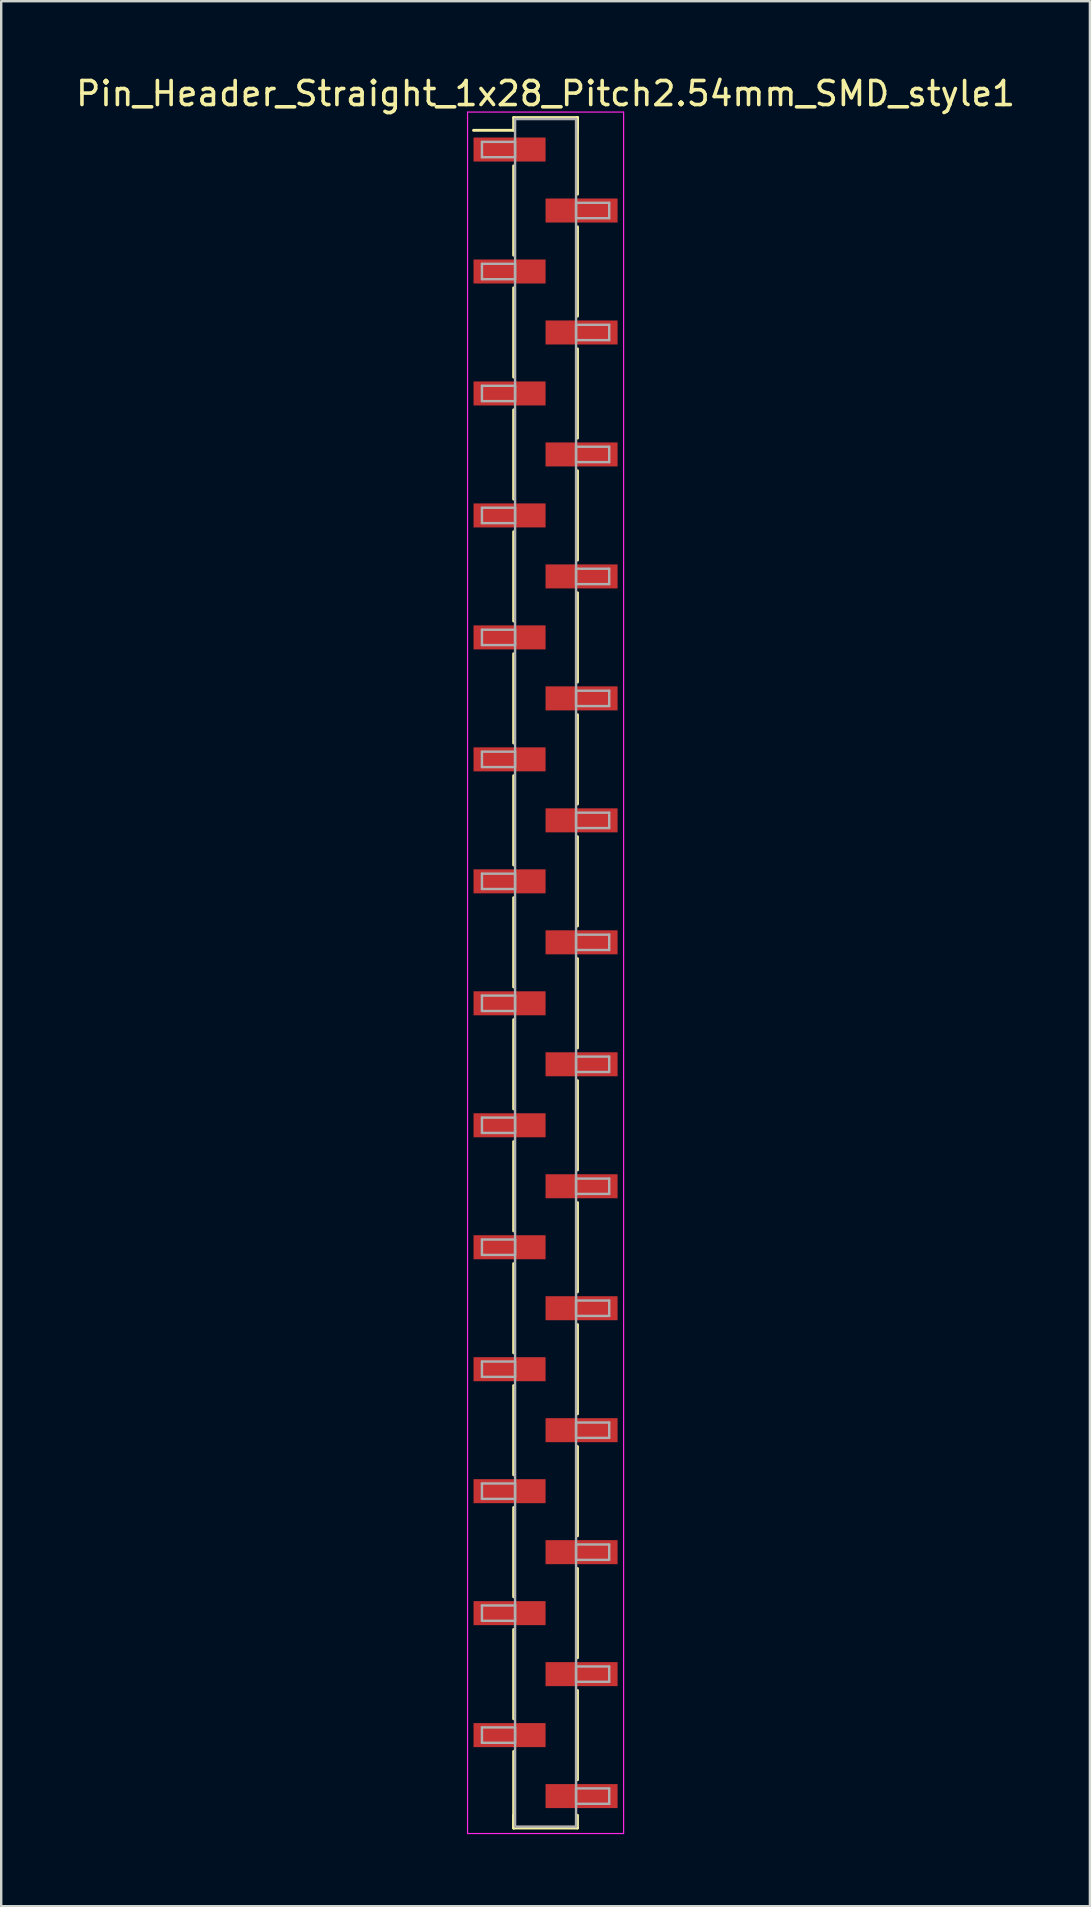
<source format=kicad_pcb>
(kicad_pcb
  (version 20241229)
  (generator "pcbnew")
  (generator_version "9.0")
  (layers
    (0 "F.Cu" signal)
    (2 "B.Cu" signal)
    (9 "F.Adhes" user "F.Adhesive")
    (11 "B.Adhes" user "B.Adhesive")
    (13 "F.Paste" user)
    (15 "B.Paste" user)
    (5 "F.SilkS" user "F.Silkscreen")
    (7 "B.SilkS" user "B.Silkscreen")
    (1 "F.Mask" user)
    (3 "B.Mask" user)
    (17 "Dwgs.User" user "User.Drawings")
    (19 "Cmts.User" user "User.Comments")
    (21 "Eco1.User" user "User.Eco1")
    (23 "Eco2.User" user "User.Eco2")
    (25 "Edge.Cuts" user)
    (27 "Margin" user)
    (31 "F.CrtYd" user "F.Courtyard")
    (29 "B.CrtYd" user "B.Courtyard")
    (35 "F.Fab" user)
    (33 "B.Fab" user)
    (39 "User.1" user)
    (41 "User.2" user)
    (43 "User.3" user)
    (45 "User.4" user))
  (footprint "Pin_Header_Straight_1x28_Pitch2.54mm_SMD_style1"
    (layer "F.Cu")
    (at 19.673 37.468)
    (property "Reference" "Pin_Header_Straight_1x28_Pitch2.54mm_SMD_style1" (at 0 -36.62 0) (layer "F.SilkS") (effects (font (size 1 1) (thickness 0.15))))
    (attr smd)
    (fp_line (start -1.33 -35.62) (end 1.33 -35.62) (stroke (width 0.12) (type solid)) (layer "F.SilkS"))
    (fp_line (start -1.33 -35.09) (end -3 -35.09) (stroke (width 0.12) (type solid)) (layer "F.SilkS"))
    (fp_line (start -1.33 -35.09) (end -1.33 -35.62) (stroke (width 0.12) (type solid)) (layer "F.SilkS"))
    (fp_line (start -1.33 -33.61) (end -1.33 -29.89) (stroke (width 0.12) (type solid)) (layer "F.SilkS"))
    (fp_line (start -1.33 -28.53) (end -1.33 -24.81) (stroke (width 0.12) (type solid)) (layer "F.SilkS"))
    (fp_line (start -1.33 -23.45) (end -1.33 -19.73) (stroke (width 0.12) (type solid)) (layer "F.SilkS"))
    (fp_line (start -1.33 -18.37) (end -1.33 -14.65) (stroke (width 0.12) (type solid)) (layer "F.SilkS"))
    (fp_line (start -1.33 -13.29) (end -1.33 -9.57) (stroke (width 0.12) (type solid)) (layer "F.SilkS"))
    (fp_line (start -1.33 -8.21) (end -1.33 -4.49) (stroke (width 0.12) (type solid)) (layer "F.SilkS"))
    (fp_line (start -1.33 -3.13) (end -1.33 0.59) (stroke (width 0.12) (type solid)) (layer "F.SilkS"))
    (fp_line (start -1.33 1.95) (end -1.33 5.67) (stroke (width 0.12) (type solid)) (layer "F.SilkS"))
    (fp_line (start -1.33 7.03) (end -1.33 10.75) (stroke (width 0.12) (type solid)) (layer "F.SilkS"))
    (fp_line (start -1.33 12.11) (end -1.33 15.83) (stroke (width 0.12) (type solid)) (layer "F.SilkS"))
    (fp_line (start -1.33 17.19) (end -1.33 20.91) (stroke (width 0.12) (type solid)) (layer "F.SilkS"))
    (fp_line (start -1.33 22.27) (end -1.33 25.99) (stroke (width 0.12) (type solid)) (layer "F.SilkS"))
    (fp_line (start -1.33 27.35) (end -1.33 31.07) (stroke (width 0.12) (type solid)) (layer "F.SilkS"))
    (fp_line (start -1.33 32.43) (end -1.33 35.62) (stroke (width 0.12) (type solid)) (layer "F.SilkS"))
    (fp_line (start -1.33 35.09) (end -1.33 35.62) (stroke (width 0.12) (type solid)) (layer "F.SilkS"))
    (fp_line (start -1.33 35.62) (end 1.33 35.62) (stroke (width 0.12) (type solid)) (layer "F.SilkS"))
    (fp_line (start 1.33 -35.62) (end 1.33 -35.09) (stroke (width 0.12) (type solid)) (layer "F.SilkS"))
    (fp_line (start 1.33 -35.62) (end 1.33 -32.43) (stroke (width 0.12) (type solid)) (layer "F.SilkS"))
    (fp_line (start 1.33 -31.07) (end 1.33 -27.35) (stroke (width 0.12) (type solid)) (layer "F.SilkS"))
    (fp_line (start 1.33 -25.99) (end 1.33 -22.27) (stroke (width 0.12) (type solid)) (layer "F.SilkS"))
    (fp_line (start 1.33 -20.91) (end 1.33 -17.19) (stroke (width 0.12) (type solid)) (layer "F.SilkS"))
    (fp_line (start 1.33 -15.83) (end 1.33 -12.11) (stroke (width 0.12) (type solid)) (layer "F.SilkS"))
    (fp_line (start 1.33 -10.75) (end 1.33 -7.03) (stroke (width 0.12) (type solid)) (layer "F.SilkS"))
    (fp_line (start 1.33 -5.67) (end 1.33 -1.95) (stroke (width 0.12) (type solid)) (layer "F.SilkS"))
    (fp_line (start 1.33 -0.59) (end 1.33 3.13) (stroke (width 0.12) (type solid)) (layer "F.SilkS"))
    (fp_line (start 1.33 4.49) (end 1.33 8.21) (stroke (width 0.12) (type solid)) (layer "F.SilkS"))
    (fp_line (start 1.33 9.57) (end 1.33 13.29) (stroke (width 0.12) (type solid)) (layer "F.SilkS"))
    (fp_line (start 1.33 14.65) (end 1.33 18.37) (stroke (width 0.12) (type solid)) (layer "F.SilkS"))
    (fp_line (start 1.33 19.73) (end 1.33 23.45) (stroke (width 0.12) (type solid)) (layer "F.SilkS"))
    (fp_line (start 1.33 24.81) (end 1.33 28.53) (stroke (width 0.12) (type solid)) (layer "F.SilkS"))
    (fp_line (start 1.33 29.89) (end 1.33 33.61) (stroke (width 0.12) (type solid)) (layer "F.SilkS"))
    (fp_line (start 1.33 35.62) (end 1.33 35.09) (stroke (width 0.12) (type solid)) (layer "F.SilkS"))
    (fp_line (start -3.25 -35.85) (end -3.25 35.85) (stroke (width 0.05) (type solid)) (layer "F.CrtYd"))
    (fp_line (start -3.25 35.85) (end 3.25 35.85) (stroke (width 0.05) (type solid)) (layer "F.CrtYd"))
    (fp_line (start 3.25 -35.85) (end -3.25 -35.85) (stroke (width 0.05) (type solid)) (layer "F.CrtYd"))
    (fp_line (start 3.25 35.85) (end 3.25 -35.85) (stroke (width 0.05) (type solid)) (layer "F.CrtYd"))
    (fp_line (start -2.65 -34.61) (end -1.27 -34.61) (stroke (width 0.1) (type solid)) (layer "F.Fab"))
    (fp_line (start -2.65 -33.97) (end -2.65 -34.61) (stroke (width 0.1) (type solid)) (layer "F.Fab"))
    (fp_line (start -2.65 -29.53) (end -1.27 -29.53) (stroke (width 0.1) (type solid)) (layer "F.Fab"))
    (fp_line (start -2.65 -28.89) (end -2.65 -29.53) (stroke (width 0.1) (type solid)) (layer "F.Fab"))
    (fp_line (start -2.65 -24.45) (end -1.27 -24.45) (stroke (width 0.1) (type solid)) (layer "F.Fab"))
    (fp_line (start -2.65 -23.81) (end -2.65 -24.45) (stroke (width 0.1) (type solid)) (layer "F.Fab"))
    (fp_line (start -2.65 -19.37) (end -1.27 -19.37) (stroke (width 0.1) (type solid)) (layer "F.Fab"))
    (fp_line (start -2.65 -18.73) (end -2.65 -19.37) (stroke (width 0.1) (type solid)) (layer "F.Fab"))
    (fp_line (start -2.65 -14.29) (end -1.27 -14.29) (stroke (width 0.1) (type solid)) (layer "F.Fab"))
    (fp_line (start -2.65 -13.65) (end -2.65 -14.29) (stroke (width 0.1) (type solid)) (layer "F.Fab"))
    (fp_line (start -2.65 -9.21) (end -1.27 -9.21) (stroke (width 0.1) (type solid)) (layer "F.Fab"))
    (fp_line (start -2.65 -8.57) (end -2.65 -9.21) (stroke (width 0.1) (type solid)) (layer "F.Fab"))
    (fp_line (start -2.65 -4.13) (end -1.27 -4.13) (stroke (width 0.1) (type solid)) (layer "F.Fab"))
    (fp_line (start -2.65 -3.49) (end -2.65 -4.13) (stroke (width 0.1) (type solid)) (layer "F.Fab"))
    (fp_line (start -2.65 0.95) (end -1.27 0.95) (stroke (width 0.1) (type solid)) (layer "F.Fab"))
    (fp_line (start -2.65 1.59) (end -2.65 0.95) (stroke (width 0.1) (type solid)) (layer "F.Fab"))
    (fp_line (start -2.65 6.03) (end -1.27 6.03) (stroke (width 0.1) (type solid)) (layer "F.Fab"))
    (fp_line (start -2.65 6.67) (end -2.65 6.03) (stroke (width 0.1) (type solid)) (layer "F.Fab"))
    (fp_line (start -2.65 11.11) (end -1.27 11.11) (stroke (width 0.1) (type solid)) (layer "F.Fab"))
    (fp_line (start -2.65 11.75) (end -2.65 11.11) (stroke (width 0.1) (type solid)) (layer "F.Fab"))
    (fp_line (start -2.65 16.19) (end -1.27 16.19) (stroke (width 0.1) (type solid)) (layer "F.Fab"))
    (fp_line (start -2.65 16.83) (end -2.65 16.19) (stroke (width 0.1) (type solid)) (layer "F.Fab"))
    (fp_line (start -2.65 21.27) (end -1.27 21.27) (stroke (width 0.1) (type solid)) (layer "F.Fab"))
    (fp_line (start -2.65 21.91) (end -2.65 21.27) (stroke (width 0.1) (type solid)) (layer "F.Fab"))
    (fp_line (start -2.65 26.35) (end -1.27 26.35) (stroke (width 0.1) (type solid)) (layer "F.Fab"))
    (fp_line (start -2.65 26.99) (end -2.65 26.35) (stroke (width 0.1) (type solid)) (layer "F.Fab"))
    (fp_line (start -2.65 31.43) (end -1.27 31.43) (stroke (width 0.1) (type solid)) (layer "F.Fab"))
    (fp_line (start -2.65 32.07) (end -2.65 31.43) (stroke (width 0.1) (type solid)) (layer "F.Fab"))
    (fp_line (start -1.27 -35.56) (end -1.27 35.56) (stroke (width 0.1) (type solid)) (layer "F.Fab"))
    (fp_line (start -1.27 -34.61) (end -1.27 -33.97) (stroke (width 0.1) (type solid)) (layer "F.Fab"))
    (fp_line (start -1.27 -33.97) (end -2.65 -33.97) (stroke (width 0.1) (type solid)) (layer "F.Fab"))
    (fp_line (start -1.27 -29.53) (end -1.27 -28.89) (stroke (width 0.1) (type solid)) (layer "F.Fab"))
    (fp_line (start -1.27 -28.89) (end -2.65 -28.89) (stroke (width 0.1) (type solid)) (layer "F.Fab"))
    (fp_line (start -1.27 -24.45) (end -1.27 -23.81) (stroke (width 0.1) (type solid)) (layer "F.Fab"))
    (fp_line (start -1.27 -23.81) (end -2.65 -23.81) (stroke (width 0.1) (type solid)) (layer "F.Fab"))
    (fp_line (start -1.27 -19.37) (end -1.27 -18.73) (stroke (width 0.1) (type solid)) (layer "F.Fab"))
    (fp_line (start -1.27 -18.73) (end -2.65 -18.73) (stroke (width 0.1) (type solid)) (layer "F.Fab"))
    (fp_line (start -1.27 -14.29) (end -1.27 -13.65) (stroke (width 0.1) (type solid)) (layer "F.Fab"))
    (fp_line (start -1.27 -13.65) (end -2.65 -13.65) (stroke (width 0.1) (type solid)) (layer "F.Fab"))
    (fp_line (start -1.27 -9.21) (end -1.27 -8.57) (stroke (width 0.1) (type solid)) (layer "F.Fab"))
    (fp_line (start -1.27 -8.57) (end -2.65 -8.57) (stroke (width 0.1) (type solid)) (layer "F.Fab"))
    (fp_line (start -1.27 -4.13) (end -1.27 -3.49) (stroke (width 0.1) (type solid)) (layer "F.Fab"))
    (fp_line (start -1.27 -3.49) (end -2.65 -3.49) (stroke (width 0.1) (type solid)) (layer "F.Fab"))
    (fp_line (start -1.27 0.95) (end -1.27 1.59) (stroke (width 0.1) (type solid)) (layer "F.Fab"))
    (fp_line (start -1.27 1.59) (end -2.65 1.59) (stroke (width 0.1) (type solid)) (layer "F.Fab"))
    (fp_line (start -1.27 6.03) (end -1.27 6.67) (stroke (width 0.1) (type solid)) (layer "F.Fab"))
    (fp_line (start -1.27 6.67) (end -2.65 6.67) (stroke (width 0.1) (type solid)) (layer "F.Fab"))
    (fp_line (start -1.27 11.11) (end -1.27 11.75) (stroke (width 0.1) (type solid)) (layer "F.Fab"))
    (fp_line (start -1.27 11.75) (end -2.65 11.75) (stroke (width 0.1) (type solid)) (layer "F.Fab"))
    (fp_line (start -1.27 16.19) (end -1.27 16.83) (stroke (width 0.1) (type solid)) (layer "F.Fab"))
    (fp_line (start -1.27 16.83) (end -2.65 16.83) (stroke (width 0.1) (type solid)) (layer "F.Fab"))
    (fp_line (start -1.27 21.27) (end -1.27 21.91) (stroke (width 0.1) (type solid)) (layer "F.Fab"))
    (fp_line (start -1.27 21.91) (end -2.65 21.91) (stroke (width 0.1) (type solid)) (layer "F.Fab"))
    (fp_line (start -1.27 26.35) (end -1.27 26.99) (stroke (width 0.1) (type solid)) (layer "F.Fab"))
    (fp_line (start -1.27 26.99) (end -2.65 26.99) (stroke (width 0.1) (type solid)) (layer "F.Fab"))
    (fp_line (start -1.27 31.43) (end -1.27 32.07) (stroke (width 0.1) (type solid)) (layer "F.Fab"))
    (fp_line (start -1.27 32.07) (end -2.65 32.07) (stroke (width 0.1) (type solid)) (layer "F.Fab"))
    (fp_line (start -1.27 35.56) (end 1.27 35.56) (stroke (width 0.1) (type solid)) (layer "F.Fab"))
    (fp_line (start 1.27 -35.56) (end -1.27 -35.56) (stroke (width 0.1) (type solid)) (layer "F.Fab"))
    (fp_line (start 1.27 -32.07) (end 1.27 -31.43) (stroke (width 0.1) (type solid)) (layer "F.Fab"))
    (fp_line (start 1.27 -31.43) (end 2.65 -31.43) (stroke (width 0.1) (type solid)) (layer "F.Fab"))
    (fp_line (start 1.27 -26.99) (end 1.27 -26.35) (stroke (width 0.1) (type solid)) (layer "F.Fab"))
    (fp_line (start 1.27 -26.35) (end 2.65 -26.35) (stroke (width 0.1) (type solid)) (layer "F.Fab"))
    (fp_line (start 1.27 -21.91) (end 1.27 -21.27) (stroke (width 0.1) (type solid)) (layer "F.Fab"))
    (fp_line (start 1.27 -21.27) (end 2.65 -21.27) (stroke (width 0.1) (type solid)) (layer "F.Fab"))
    (fp_line (start 1.27 -16.83) (end 1.27 -16.19) (stroke (width 0.1) (type solid)) (layer "F.Fab"))
    (fp_line (start 1.27 -16.19) (end 2.65 -16.19) (stroke (width 0.1) (type solid)) (layer "F.Fab"))
    (fp_line (start 1.27 -11.75) (end 1.27 -11.11) (stroke (width 0.1) (type solid)) (layer "F.Fab"))
    (fp_line (start 1.27 -11.11) (end 2.65 -11.11) (stroke (width 0.1) (type solid)) (layer "F.Fab"))
    (fp_line (start 1.27 -6.67) (end 1.27 -6.03) (stroke (width 0.1) (type solid)) (layer "F.Fab"))
    (fp_line (start 1.27 -6.03) (end 2.65 -6.03) (stroke (width 0.1) (type solid)) (layer "F.Fab"))
    (fp_line (start 1.27 -1.59) (end 1.27 -0.95) (stroke (width 0.1) (type solid)) (layer "F.Fab"))
    (fp_line (start 1.27 -0.95) (end 2.65 -0.95) (stroke (width 0.1) (type solid)) (layer "F.Fab"))
    (fp_line (start 1.27 3.49) (end 1.27 4.13) (stroke (width 0.1) (type solid)) (layer "F.Fab"))
    (fp_line (start 1.27 4.13) (end 2.65 4.13) (stroke (width 0.1) (type solid)) (layer "F.Fab"))
    (fp_line (start 1.27 8.57) (end 1.27 9.21) (stroke (width 0.1) (type solid)) (layer "F.Fab"))
    (fp_line (start 1.27 9.21) (end 2.65 9.21) (stroke (width 0.1) (type solid)) (layer "F.Fab"))
    (fp_line (start 1.27 13.65) (end 1.27 14.29) (stroke (width 0.1) (type solid)) (layer "F.Fab"))
    (fp_line (start 1.27 14.29) (end 2.65 14.29) (stroke (width 0.1) (type solid)) (layer "F.Fab"))
    (fp_line (start 1.27 18.73) (end 1.27 19.37) (stroke (width 0.1) (type solid)) (layer "F.Fab"))
    (fp_line (start 1.27 19.37) (end 2.65 19.37) (stroke (width 0.1) (type solid)) (layer "F.Fab"))
    (fp_line (start 1.27 23.81) (end 1.27 24.45) (stroke (width 0.1) (type solid)) (layer "F.Fab"))
    (fp_line (start 1.27 24.45) (end 2.65 24.45) (stroke (width 0.1) (type solid)) (layer "F.Fab"))
    (fp_line (start 1.27 28.89) (end 1.27 29.53) (stroke (width 0.1) (type solid)) (layer "F.Fab"))
    (fp_line (start 1.27 29.53) (end 2.65 29.53) (stroke (width 0.1) (type solid)) (layer "F.Fab"))
    (fp_line (start 1.27 33.97) (end 1.27 34.61) (stroke (width 0.1) (type solid)) (layer "F.Fab"))
    (fp_line (start 1.27 34.61) (end 2.65 34.61) (stroke (width 0.1) (type solid)) (layer "F.Fab"))
    (fp_line (start 1.27 35.56) (end 1.27 -35.56) (stroke (width 0.1) (type solid)) (layer "F.Fab"))
    (fp_line (start 2.65 -32.07) (end 1.27 -32.07) (stroke (width 0.1) (type solid)) (layer "F.Fab"))
    (fp_line (start 2.65 -31.43) (end 2.65 -32.07) (stroke (width 0.1) (type solid)) (layer "F.Fab"))
    (fp_line (start 2.65 -26.99) (end 1.27 -26.99) (stroke (width 0.1) (type solid)) (layer "F.Fab"))
    (fp_line (start 2.65 -26.35) (end 2.65 -26.99) (stroke (width 0.1) (type solid)) (layer "F.Fab"))
    (fp_line (start 2.65 -21.91) (end 1.27 -21.91) (stroke (width 0.1) (type solid)) (layer "F.Fab"))
    (fp_line (start 2.65 -21.27) (end 2.65 -21.91) (stroke (width 0.1) (type solid)) (layer "F.Fab"))
    (fp_line (start 2.65 -16.83) (end 1.27 -16.83) (stroke (width 0.1) (type solid)) (layer "F.Fab"))
    (fp_line (start 2.65 -16.19) (end 2.65 -16.83) (stroke (width 0.1) (type solid)) (layer "F.Fab"))
    (fp_line (start 2.65 -11.75) (end 1.27 -11.75) (stroke (width 0.1) (type solid)) (layer "F.Fab"))
    (fp_line (start 2.65 -11.11) (end 2.65 -11.75) (stroke (width 0.1) (type solid)) (layer "F.Fab"))
    (fp_line (start 2.65 -6.67) (end 1.27 -6.67) (stroke (width 0.1) (type solid)) (layer "F.Fab"))
    (fp_line (start 2.65 -6.03) (end 2.65 -6.67) (stroke (width 0.1) (type solid)) (layer "F.Fab"))
    (fp_line (start 2.65 -1.59) (end 1.27 -1.59) (stroke (width 0.1) (type solid)) (layer "F.Fab"))
    (fp_line (start 2.65 -0.95) (end 2.65 -1.59) (stroke (width 0.1) (type solid)) (layer "F.Fab"))
    (fp_line (start 2.65 3.49) (end 1.27 3.49) (stroke (width 0.1) (type solid)) (layer "F.Fab"))
    (fp_line (start 2.65 4.13) (end 2.65 3.49) (stroke (width 0.1) (type solid)) (layer "F.Fab"))
    (fp_line (start 2.65 8.57) (end 1.27 8.57) (stroke (width 0.1) (type solid)) (layer "F.Fab"))
    (fp_line (start 2.65 9.21) (end 2.65 8.57) (stroke (width 0.1) (type solid)) (layer "F.Fab"))
    (fp_line (start 2.65 13.65) (end 1.27 13.65) (stroke (width 0.1) (type solid)) (layer "F.Fab"))
    (fp_line (start 2.65 14.29) (end 2.65 13.65) (stroke (width 0.1) (type solid)) (layer "F.Fab"))
    (fp_line (start 2.65 18.73) (end 1.27 18.73) (stroke (width 0.1) (type solid)) (layer "F.Fab"))
    (fp_line (start 2.65 19.37) (end 2.65 18.73) (stroke (width 0.1) (type solid)) (layer "F.Fab"))
    (fp_line (start 2.65 23.81) (end 1.27 23.81) (stroke (width 0.1) (type solid)) (layer "F.Fab"))
    (fp_line (start 2.65 24.45) (end 2.65 23.81) (stroke (width 0.1) (type solid)) (layer "F.Fab"))
    (fp_line (start 2.65 28.89) (end 1.27 28.89) (stroke (width 0.1) (type solid)) (layer "F.Fab"))
    (fp_line (start 2.65 29.53) (end 2.65 28.89) (stroke (width 0.1) (type solid)) (layer "F.Fab"))
    (fp_line (start 2.65 33.97) (end 1.27 33.97) (stroke (width 0.1) (type solid)) (layer "F.Fab"))
    (fp_line (start 2.65 34.61) (end 2.65 33.97) (stroke (width 0.1) (type solid)) (layer "F.Fab"))
    (pad "1" smd rect (at -1.5 -34.29) (size 3 1) (layers "F.Cu" "F.Mask"))
    (pad "2" smd rect (at 1.5 -31.75) (size 3 1) (layers "F.Cu" "F.Mask"))
    (pad "3" smd rect (at -1.5 -29.21) (size 3 1) (layers "F.Cu" "F.Mask"))
    (pad "4" smd rect (at 1.5 -26.67) (size 3 1) (layers "F.Cu" "F.Mask"))
    (pad "5" smd rect (at -1.5 -24.13) (size 3 1) (layers "F.Cu" "F.Mask"))
    (pad "6" smd rect (at 1.5 -21.59) (size 3 1) (layers "F.Cu" "F.Mask"))
    (pad "7" smd rect (at -1.5 -19.05) (size 3 1) (layers "F.Cu" "F.Mask"))
    (pad "8" smd rect (at 1.5 -16.51) (size 3 1) (layers "F.Cu" "F.Mask"))
    (pad "9" smd rect (at -1.5 -13.97) (size 3 1) (layers "F.Cu" "F.Mask"))
    (pad "10" smd rect (at 1.5 -11.43) (size 3 1) (layers "F.Cu" "F.Mask"))
    (pad "11" smd rect (at -1.5 -8.89) (size 3 1) (layers "F.Cu" "F.Mask"))
    (pad "12" smd rect (at 1.5 -6.35) (size 3 1) (layers "F.Cu" "F.Mask"))
    (pad "13" smd rect (at -1.5 -3.81) (size 3 1) (layers "F.Cu" "F.Mask"))
    (pad "14" smd rect (at 1.5 -1.27) (size 3 1) (layers "F.Cu" "F.Mask"))
    (pad "15" smd rect (at -1.5 1.27) (size 3 1) (layers "F.Cu" "F.Mask"))
    (pad "16" smd rect (at 1.5 3.81) (size 3 1) (layers "F.Cu" "F.Mask"))
    (pad "17" smd rect (at -1.5 6.35) (size 3 1) (layers "F.Cu" "F.Mask"))
    (pad "18" smd rect (at 1.5 8.89) (size 3 1) (layers "F.Cu" "F.Mask"))
    (pad "19" smd rect (at -1.5 11.43) (size 3 1) (layers "F.Cu" "F.Mask"))
    (pad "20" smd rect (at 1.5 13.97) (size 3 1) (layers "F.Cu" "F.Mask"))
    (pad "21" smd rect (at -1.5 16.51) (size 3 1) (layers "F.Cu" "F.Mask"))
    (pad "22" smd rect (at 1.5 19.05) (size 3 1) (layers "F.Cu" "F.Mask"))
    (pad "23" smd rect (at -1.5 21.59) (size 3 1) (layers "F.Cu" "F.Mask"))
    (pad "24" smd rect (at 1.5 24.13) (size 3 1) (layers "F.Cu" "F.Mask"))
    (pad "25" smd rect (at -1.5 26.67) (size 3 1) (layers "F.Cu" "F.Mask"))
    (pad "26" smd rect (at 1.5 29.21) (size 3 1) (layers "F.Cu" "F.Mask"))
    (pad "27" smd rect (at -1.5 31.75) (size 3 1) (layers "F.Cu" "F.Mask"))
    (pad "28" smd rect (at 1.5 34.29) (size 3 1) (layers "F.Cu" "F.Mask")))
  (gr_rect
    (start -3 -3)
    (end 42.345 76.343)
    (stroke (width 0.1) (type default))
    (fill no)
    (layer "Edge.Cuts")))
</source>
